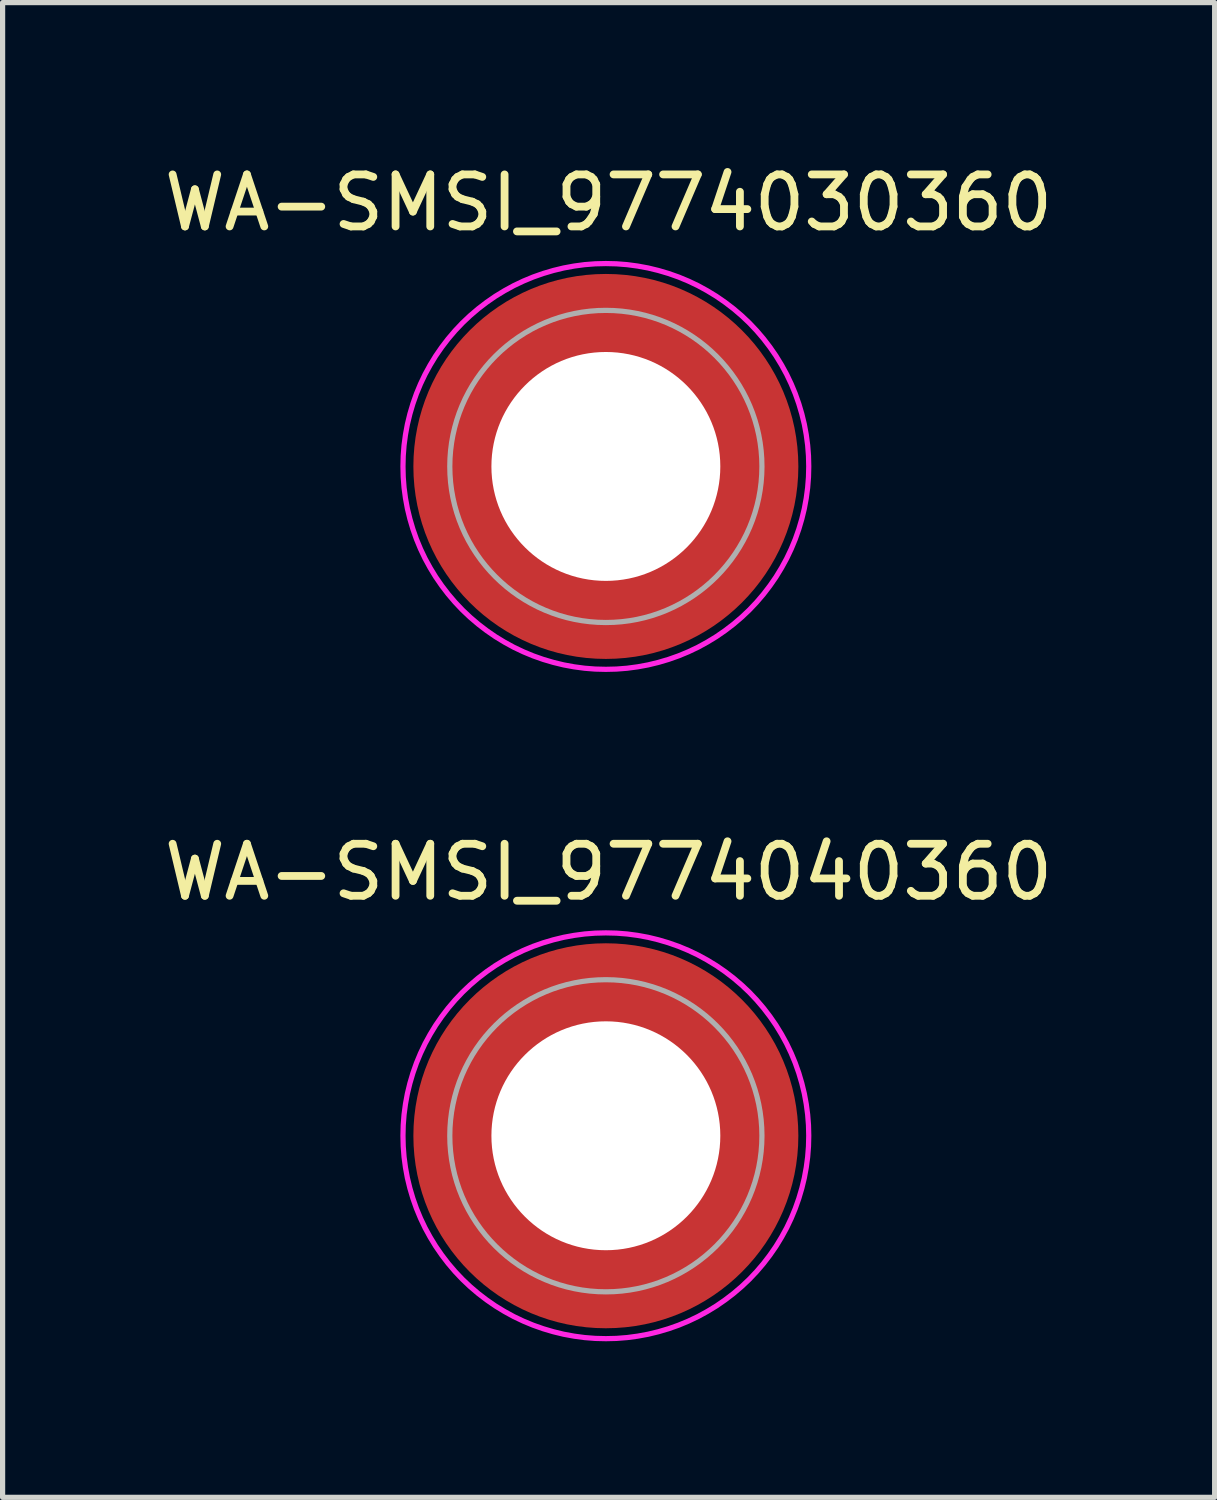
<source format=kicad_pcb>
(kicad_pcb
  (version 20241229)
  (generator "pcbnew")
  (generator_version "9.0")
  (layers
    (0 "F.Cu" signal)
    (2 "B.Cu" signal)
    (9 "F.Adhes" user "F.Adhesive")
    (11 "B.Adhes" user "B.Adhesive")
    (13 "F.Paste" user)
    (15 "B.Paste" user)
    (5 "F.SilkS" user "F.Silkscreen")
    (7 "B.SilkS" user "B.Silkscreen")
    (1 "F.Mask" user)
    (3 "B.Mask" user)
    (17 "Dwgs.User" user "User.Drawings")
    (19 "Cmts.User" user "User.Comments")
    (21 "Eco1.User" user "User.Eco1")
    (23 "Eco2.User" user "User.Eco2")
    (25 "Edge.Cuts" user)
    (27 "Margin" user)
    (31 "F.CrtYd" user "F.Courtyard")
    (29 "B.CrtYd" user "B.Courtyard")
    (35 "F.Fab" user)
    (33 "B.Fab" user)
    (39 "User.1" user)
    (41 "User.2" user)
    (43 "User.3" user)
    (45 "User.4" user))
  (footprint "WA-SMSI_9774040360"
    (layer "F.Cu")
    (at 8.596 18.782)
    (property "Reference" "WA-SMSI_9774040360" (at 0.053 -5.068 0) (layer "F.SilkS") (effects (font (size 1 1) (thickness 0.15))))
    (attr smd)
    (fp_poly (pts (xy -3.615 0.4) (xy -2.205 0.4) (xy -2.19 0.475) (xy -2.165 0.58) (xy -2.13 0.7) (xy -2.1 0.78) (xy -2.07 0.86) (xy -2.025 0.96) (xy -1.975 1.06) (xy -1.92 1.155) (xy -1.86 1.25) (xy -1.815 1.315) (xy -1.75 1.4) (xy -1.695 1.465) (xy -1.605 1.565) (xy -1.52 1.645) (xy -1.465 1.695) (xy -1.405 1.745) (xy -1.32 1.81) (xy -1.235 1.87) (xy -1.13 1.935) (xy -1.05 1.98) (xy -0.95 2.03) (xy -0.81 2.09) (xy -0.695 2.13) (xy -0.58 2.165) (xy -0.475 2.19) (xy -0.4 2.205) (xy -0.4 3.615) (xy -0.43 3.61) (xy -0.505 3.6) (xy -0.605 3.585) (xy -0.715 3.565) (xy -0.83 3.54) (xy -0.93 3.515) (xy -1.04 3.485) (xy -1.135 3.455) (xy -1.205 3.43) (xy -1.3 3.395) (xy -1.365 3.37) (xy -1.46 3.33) (xy -1.55 3.29) (xy -1.65 3.24) (xy -1.77 3.175) (xy -1.885 3.11) (xy -1.985 3.045) (xy -2.075 2.985) (xy -2.165 2.92) (xy -2.23 2.87) (xy -2.295 2.82) (xy -2.365 2.76) (xy -2.44 2.695) (xy -2.515 2.625) (xy -2.6 2.54) (xy -2.645 2.495) (xy -2.69 2.445) (xy -2.76 2.365) (xy -2.82 2.295) (xy -2.875 2.225) (xy -2.935 2.145) (xy -2.995 2.06) (xy -3.085 1.925) (xy -3.18 1.765) (xy -3.27 1.59) (xy -3.34 1.44) (xy -3.4 1.29) (xy -3.455 1.135) (xy -3.505 0.97) (xy -3.55 0.795) (xy -3.575 0.665) (xy -3.6 0.52)) (stroke (width 0.01) (type solid)) (fill yes) (layer "F.Paste"))
    (fp_poly (pts (xy -0.4 -3.615) (xy -0.4 -2.205) (xy -0.475 -2.19) (xy -0.58 -2.165) (xy -0.7 -2.13) (xy -0.78 -2.1) (xy -0.86 -2.07) (xy -0.96 -2.025) (xy -1.06 -1.975) (xy -1.155 -1.92) (xy -1.25 -1.86) (xy -1.315 -1.815) (xy -1.4 -1.75) (xy -1.465 -1.695) (xy -1.565 -1.605) (xy -1.645 -1.52) (xy -1.695 -1.465) (xy -1.745 -1.405) (xy -1.81 -1.32) (xy -1.87 -1.235) (xy -1.935 -1.13) (xy -1.98 -1.05) (xy -2.03 -0.95) (xy -2.09 -0.81) (xy -2.13 -0.695) (xy -2.165 -0.58) (xy -2.19 -0.475) (xy -2.205 -0.4) (xy -3.615 -0.4) (xy -3.61 -0.43) (xy -3.6 -0.505) (xy -3.585 -0.605) (xy -3.565 -0.715) (xy -3.54 -0.83) (xy -3.515 -0.93) (xy -3.485 -1.04) (xy -3.455 -1.135) (xy -3.43 -1.205) (xy -3.395 -1.3) (xy -3.37 -1.365) (xy -3.33 -1.46) (xy -3.29 -1.55) (xy -3.24 -1.65) (xy -3.175 -1.77) (xy -3.11 -1.885) (xy -3.045 -1.985) (xy -2.985 -2.075) (xy -2.92 -2.165) (xy -2.87 -2.23) (xy -2.82 -2.295) (xy -2.76 -2.365) (xy -2.695 -2.44) (xy -2.625 -2.515) (xy -2.54 -2.6) (xy -2.495 -2.645) (xy -2.445 -2.69) (xy -2.365 -2.76) (xy -2.295 -2.82) (xy -2.225 -2.875) (xy -2.145 -2.935) (xy -2.06 -2.995) (xy -1.925 -3.085) (xy -1.765 -3.18) (xy -1.59 -3.27) (xy -1.44 -3.34) (xy -1.29 -3.4) (xy -1.135 -3.455) (xy -0.97 -3.505) (xy -0.795 -3.55) (xy -0.665 -3.575) (xy -0.52 -3.6)) (stroke (width 0.01) (type solid)) (fill yes) (layer "F.Paste"))
    (fp_poly (pts (xy 0.4 3.615) (xy 0.4 2.205) (xy 0.475 2.19) (xy 0.58 2.165) (xy 0.7 2.13) (xy 0.78 2.1) (xy 0.86 2.07) (xy 0.96 2.025) (xy 1.06 1.975) (xy 1.155 1.92) (xy 1.25 1.86) (xy 1.315 1.815) (xy 1.4 1.75) (xy 1.465 1.695) (xy 1.565 1.605) (xy 1.645 1.52) (xy 1.695 1.465) (xy 1.745 1.405) (xy 1.81 1.32) (xy 1.87 1.235) (xy 1.935 1.13) (xy 1.98 1.05) (xy 2.03 0.95) (xy 2.09 0.81) (xy 2.13 0.695) (xy 2.165 0.58) (xy 2.19 0.475) (xy 2.205 0.4) (xy 3.615 0.4) (xy 3.61 0.43) (xy 3.6 0.505) (xy 3.585 0.605) (xy 3.565 0.715) (xy 3.54 0.83) (xy 3.515 0.93) (xy 3.485 1.04) (xy 3.455 1.135) (xy 3.43 1.205) (xy 3.395 1.3) (xy 3.37 1.365) (xy 3.33 1.46) (xy 3.29 1.55) (xy 3.24 1.65) (xy 3.175 1.77) (xy 3.11 1.885) (xy 3.045 1.985) (xy 2.985 2.075) (xy 2.92 2.165) (xy 2.87 2.23) (xy 2.82 2.295) (xy 2.76 2.365) (xy 2.695 2.44) (xy 2.625 2.515) (xy 2.54 2.6) (xy 2.495 2.645) (xy 2.445 2.69) (xy 2.365 2.76) (xy 2.295 2.82) (xy 2.225 2.875) (xy 2.145 2.935) (xy 2.06 2.995) (xy 1.925 3.085) (xy 1.765 3.18) (xy 1.59 3.27) (xy 1.44 3.34) (xy 1.29 3.4) (xy 1.135 3.455) (xy 0.97 3.505) (xy 0.795 3.55) (xy 0.665 3.575) (xy 0.52 3.6)) (stroke (width 0.01) (type solid)) (fill yes) (layer "F.Paste"))
    (fp_poly (pts (xy 3.615 -0.4) (xy 2.205 -0.4) (xy 2.19 -0.475) (xy 2.165 -0.58) (xy 2.13 -0.7) (xy 2.1 -0.78) (xy 2.07 -0.86) (xy 2.025 -0.96) (xy 1.975 -1.06) (xy 1.92 -1.155) (xy 1.86 -1.25) (xy 1.815 -1.315) (xy 1.75 -1.4) (xy 1.695 -1.465) (xy 1.605 -1.565) (xy 1.52 -1.645) (xy 1.465 -1.695) (xy 1.405 -1.745) (xy 1.32 -1.81) (xy 1.235 -1.87) (xy 1.13 -1.935) (xy 1.05 -1.98) (xy 0.95 -2.03) (xy 0.81 -2.09) (xy 0.695 -2.13) (xy 0.58 -2.165) (xy 0.475 -2.19) (xy 0.4 -2.205) (xy 0.4 -3.615) (xy 0.43 -3.61) (xy 0.505 -3.6) (xy 0.605 -3.585) (xy 0.715 -3.565) (xy 0.83 -3.54) (xy 0.93 -3.515) (xy 1.04 -3.485) (xy 1.135 -3.455) (xy 1.205 -3.43) (xy 1.3 -3.395) (xy 1.365 -3.37) (xy 1.46 -3.33) (xy 1.55 -3.29) (xy 1.65 -3.24) (xy 1.77 -3.175) (xy 1.885 -3.11) (xy 1.985 -3.045) (xy 2.075 -2.985) (xy 2.165 -2.92) (xy 2.23 -2.87) (xy 2.295 -2.82) (xy 2.365 -2.76) (xy 2.44 -2.695) (xy 2.515 -2.625) (xy 2.6 -2.54) (xy 2.645 -2.495) (xy 2.69 -2.445) (xy 2.76 -2.365) (xy 2.82 -2.295) (xy 2.875 -2.225) (xy 2.935 -2.145) (xy 2.995 -2.06) (xy 3.085 -1.925) (xy 3.18 -1.765) (xy 3.27 -1.59) (xy 3.34 -1.44) (xy 3.4 -1.29) (xy 3.455 -1.135) (xy 3.505 -0.97) (xy 3.55 -0.795) (xy 3.575 -0.665) (xy 3.6 -0.52)) (stroke (width 0.01) (type solid)) (fill yes) (layer "F.Paste"))
    (fp_poly (pts (xy 0 -3.9) (xy 0.204 -3.895) (xy 0.408 -3.879) (xy 0.61 -3.852) (xy 0.811 -3.815) (xy 1.009 -3.767) (xy 1.205 -3.709) (xy 1.398 -3.641) (xy 1.586 -3.563) (xy 1.771 -3.475) (xy 1.95 -3.377) (xy 2.124 -3.271) (xy 2.292 -3.155) (xy 2.454 -3.031) (xy 2.61 -2.898) (xy 2.758 -2.758) (xy 2.898 -2.61) (xy 3.031 -2.454) (xy 3.155 -2.292) (xy 3.271 -2.124) (xy 3.377 -1.95) (xy 3.475 -1.771) (xy 3.563 -1.586) (xy 3.641 -1.398) (xy 3.709 -1.205) (xy 3.767 -1.009) (xy 3.815 -0.811) (xy 3.852 -0.61) (xy 3.879 -0.408) (xy 3.895 -0.204) (xy 3.9 0) (xy 3.895 0.204) (xy 3.879 0.408) (xy 3.852 0.61) (xy 3.815 0.811) (xy 3.767 1.009) (xy 3.709 1.205) (xy 3.641 1.398) (xy 3.563 1.586) (xy 3.475 1.771) (xy 3.377 1.95) (xy 3.271 2.124) (xy 3.155 2.292) (xy 3.031 2.454) (xy 2.898 2.61) (xy 2.758 2.758) (xy 2.61 2.898) (xy 2.454 3.031) (xy 2.292 3.155) (xy 2.124 3.271) (xy 1.95 3.377) (xy 1.771 3.475) (xy 1.586 3.563) (xy 1.398 3.641) (xy 1.205 3.709) (xy 1.009 3.767) (xy 0.811 3.815) (xy 0.61 3.852) (xy 0.408 3.879) (xy 0.204 3.895) (xy 0 3.9) (xy -0.204 3.895) (xy -0.408 3.879) (xy -0.61 3.852) (xy -0.811 3.815) (xy -1.009 3.767) (xy -1.205 3.709) (xy -1.398 3.641) (xy -1.586 3.563) (xy -1.771 3.475) (xy -1.95 3.377) (xy -2.124 3.271) (xy -2.292 3.155) (xy -2.454 3.031) (xy -2.61 2.898) (xy -2.758 2.758) (xy -2.898 2.61) (xy -3.031 2.454) (xy -3.155 2.292) (xy -3.271 2.124) (xy -3.377 1.95) (xy -3.475 1.771) (xy -3.563 1.586) (xy -3.641 1.398) (xy -3.709 1.205) (xy -3.767 1.009) (xy -3.815 0.811) (xy -3.852 0.61) (xy -3.879 0.408) (xy -3.895 0.204) (xy -3.9 0) (xy -3.895 -0.204) (xy -3.879 -0.408) (xy -3.852 -0.61) (xy -3.815 -0.811) (xy -3.767 -1.009) (xy -3.709 -1.205) (xy -3.641 -1.398) (xy -3.563 -1.586) (xy -3.475 -1.771) (xy -3.377 -1.95) (xy -3.271 -2.124) (xy -3.155 -2.292) (xy -3.031 -2.454) (xy -2.898 -2.61) (xy -2.758 -2.758) (xy -2.61 -2.898) (xy -2.454 -3.031) (xy -2.292 -3.155) (xy -2.124 -3.271) (xy -1.95 -3.377) (xy -1.771 -3.475) (xy -1.586 -3.563) (xy -1.398 -3.641) (xy -1.205 -3.709) (xy -1.009 -3.767) (xy -0.811 -3.815) (xy -0.61 -3.852) (xy -0.408 -3.879) (xy -0.204 -3.895) (xy 0 -3.9)) (stroke (width 0.1) (type solid)) (fill no) (layer "F.CrtYd"))
    (fp_circle (center 0 0) (end 3 0) (stroke (width 0.1) (type solid)) (fill no) (layer "F.Fab"))
    (pad "" np_thru_hole circle (at 0 0) (size 4.4 4.4) (drill 4.4) (layers "*.Cu" "*.Mask"))
    (pad "1" smd circle (at 0 0) (size 7.4 7.4) (layers "F.Cu" "F.Mask")))
  (footprint "WA-SMSI_9774030360"
    (layer "F.Cu")
    (at 8.596 5.916)
    (property "Reference" "WA-SMSI_9774030360" (at 0.053 -5.068 0) (layer "F.SilkS") (effects (font (size 1 1) (thickness 0.15))))
    (attr smd)
    (fp_poly (pts (xy -3.615 0.4) (xy -2.205 0.4) (xy -2.19 0.475) (xy -2.165 0.58) (xy -2.13 0.7) (xy -2.1 0.78) (xy -2.07 0.86) (xy -2.025 0.96) (xy -1.975 1.06) (xy -1.92 1.155) (xy -1.86 1.25) (xy -1.815 1.315) (xy -1.75 1.4) (xy -1.695 1.465) (xy -1.605 1.565) (xy -1.52 1.645) (xy -1.465 1.695) (xy -1.405 1.745) (xy -1.32 1.81) (xy -1.235 1.87) (xy -1.13 1.935) (xy -1.05 1.98) (xy -0.95 2.03) (xy -0.81 2.09) (xy -0.695 2.13) (xy -0.58 2.165) (xy -0.475 2.19) (xy -0.4 2.205) (xy -0.4 3.615) (xy -0.43 3.61) (xy -0.505 3.6) (xy -0.605 3.585) (xy -0.715 3.565) (xy -0.83 3.54) (xy -0.93 3.515) (xy -1.04 3.485) (xy -1.135 3.455) (xy -1.205 3.43) (xy -1.3 3.395) (xy -1.365 3.37) (xy -1.46 3.33) (xy -1.55 3.29) (xy -1.65 3.24) (xy -1.77 3.175) (xy -1.885 3.11) (xy -1.985 3.045) (xy -2.075 2.985) (xy -2.165 2.92) (xy -2.23 2.87) (xy -2.295 2.82) (xy -2.365 2.76) (xy -2.44 2.695) (xy -2.515 2.625) (xy -2.6 2.54) (xy -2.645 2.495) (xy -2.69 2.445) (xy -2.76 2.365) (xy -2.82 2.295) (xy -2.875 2.225) (xy -2.935 2.145) (xy -2.995 2.06) (xy -3.085 1.925) (xy -3.18 1.765) (xy -3.27 1.59) (xy -3.34 1.44) (xy -3.4 1.29) (xy -3.455 1.135) (xy -3.505 0.97) (xy -3.55 0.795) (xy -3.575 0.665) (xy -3.6 0.52)) (stroke (width 0.01) (type solid)) (fill yes) (layer "F.Paste"))
    (fp_poly (pts (xy -0.4 -3.615) (xy -0.4 -2.205) (xy -0.475 -2.19) (xy -0.58 -2.165) (xy -0.7 -2.13) (xy -0.78 -2.1) (xy -0.86 -2.07) (xy -0.96 -2.025) (xy -1.06 -1.975) (xy -1.155 -1.92) (xy -1.25 -1.86) (xy -1.315 -1.815) (xy -1.4 -1.75) (xy -1.465 -1.695) (xy -1.565 -1.605) (xy -1.645 -1.52) (xy -1.695 -1.465) (xy -1.745 -1.405) (xy -1.81 -1.32) (xy -1.87 -1.235) (xy -1.935 -1.13) (xy -1.98 -1.05) (xy -2.03 -0.95) (xy -2.09 -0.81) (xy -2.13 -0.695) (xy -2.165 -0.58) (xy -2.19 -0.475) (xy -2.205 -0.4) (xy -3.615 -0.4) (xy -3.61 -0.43) (xy -3.6 -0.505) (xy -3.585 -0.605) (xy -3.565 -0.715) (xy -3.54 -0.83) (xy -3.515 -0.93) (xy -3.485 -1.04) (xy -3.455 -1.135) (xy -3.43 -1.205) (xy -3.395 -1.3) (xy -3.37 -1.365) (xy -3.33 -1.46) (xy -3.29 -1.55) (xy -3.24 -1.65) (xy -3.175 -1.77) (xy -3.11 -1.885) (xy -3.045 -1.985) (xy -2.985 -2.075) (xy -2.92 -2.165) (xy -2.87 -2.23) (xy -2.82 -2.295) (xy -2.76 -2.365) (xy -2.695 -2.44) (xy -2.625 -2.515) (xy -2.54 -2.6) (xy -2.495 -2.645) (xy -2.445 -2.69) (xy -2.365 -2.76) (xy -2.295 -2.82) (xy -2.225 -2.875) (xy -2.145 -2.935) (xy -2.06 -2.995) (xy -1.925 -3.085) (xy -1.765 -3.18) (xy -1.59 -3.27) (xy -1.44 -3.34) (xy -1.29 -3.4) (xy -1.135 -3.455) (xy -0.97 -3.505) (xy -0.795 -3.55) (xy -0.665 -3.575) (xy -0.52 -3.6)) (stroke (width 0.01) (type solid)) (fill yes) (layer "F.Paste"))
    (fp_poly (pts (xy 0.4 3.615) (xy 0.4 2.205) (xy 0.475 2.19) (xy 0.58 2.165) (xy 0.7 2.13) (xy 0.78 2.1) (xy 0.86 2.07) (xy 0.96 2.025) (xy 1.06 1.975) (xy 1.155 1.92) (xy 1.25 1.86) (xy 1.315 1.815) (xy 1.4 1.75) (xy 1.465 1.695) (xy 1.565 1.605) (xy 1.645 1.52) (xy 1.695 1.465) (xy 1.745 1.405) (xy 1.81 1.32) (xy 1.87 1.235) (xy 1.935 1.13) (xy 1.98 1.05) (xy 2.03 0.95) (xy 2.09 0.81) (xy 2.13 0.695) (xy 2.165 0.58) (xy 2.19 0.475) (xy 2.205 0.4) (xy 3.615 0.4) (xy 3.61 0.43) (xy 3.6 0.505) (xy 3.585 0.605) (xy 3.565 0.715) (xy 3.54 0.83) (xy 3.515 0.93) (xy 3.485 1.04) (xy 3.455 1.135) (xy 3.43 1.205) (xy 3.395 1.3) (xy 3.37 1.365) (xy 3.33 1.46) (xy 3.29 1.55) (xy 3.24 1.65) (xy 3.175 1.77) (xy 3.11 1.885) (xy 3.045 1.985) (xy 2.985 2.075) (xy 2.92 2.165) (xy 2.87 2.23) (xy 2.82 2.295) (xy 2.76 2.365) (xy 2.695 2.44) (xy 2.625 2.515) (xy 2.54 2.6) (xy 2.495 2.645) (xy 2.445 2.69) (xy 2.365 2.76) (xy 2.295 2.82) (xy 2.225 2.875) (xy 2.145 2.935) (xy 2.06 2.995) (xy 1.925 3.085) (xy 1.765 3.18) (xy 1.59 3.27) (xy 1.44 3.34) (xy 1.29 3.4) (xy 1.135 3.455) (xy 0.97 3.505) (xy 0.795 3.55) (xy 0.665 3.575) (xy 0.52 3.6)) (stroke (width 0.01) (type solid)) (fill yes) (layer "F.Paste"))
    (fp_poly (pts (xy 3.615 -0.4) (xy 2.205 -0.4) (xy 2.19 -0.475) (xy 2.165 -0.58) (xy 2.13 -0.7) (xy 2.1 -0.78) (xy 2.07 -0.86) (xy 2.025 -0.96) (xy 1.975 -1.06) (xy 1.92 -1.155) (xy 1.86 -1.25) (xy 1.815 -1.315) (xy 1.75 -1.4) (xy 1.695 -1.465) (xy 1.605 -1.565) (xy 1.52 -1.645) (xy 1.465 -1.695) (xy 1.405 -1.745) (xy 1.32 -1.81) (xy 1.235 -1.87) (xy 1.13 -1.935) (xy 1.05 -1.98) (xy 0.95 -2.03) (xy 0.81 -2.09) (xy 0.695 -2.13) (xy 0.58 -2.165) (xy 0.475 -2.19) (xy 0.4 -2.205) (xy 0.4 -3.615) (xy 0.43 -3.61) (xy 0.505 -3.6) (xy 0.605 -3.585) (xy 0.715 -3.565) (xy 0.83 -3.54) (xy 0.93 -3.515) (xy 1.04 -3.485) (xy 1.135 -3.455) (xy 1.205 -3.43) (xy 1.3 -3.395) (xy 1.365 -3.37) (xy 1.46 -3.33) (xy 1.55 -3.29) (xy 1.65 -3.24) (xy 1.77 -3.175) (xy 1.885 -3.11) (xy 1.985 -3.045) (xy 2.075 -2.985) (xy 2.165 -2.92) (xy 2.23 -2.87) (xy 2.295 -2.82) (xy 2.365 -2.76) (xy 2.44 -2.695) (xy 2.515 -2.625) (xy 2.6 -2.54) (xy 2.645 -2.495) (xy 2.69 -2.445) (xy 2.76 -2.365) (xy 2.82 -2.295) (xy 2.875 -2.225) (xy 2.935 -2.145) (xy 2.995 -2.06) (xy 3.085 -1.925) (xy 3.18 -1.765) (xy 3.27 -1.59) (xy 3.34 -1.44) (xy 3.4 -1.29) (xy 3.455 -1.135) (xy 3.505 -0.97) (xy 3.55 -0.795) (xy 3.575 -0.665) (xy 3.6 -0.52)) (stroke (width 0.01) (type solid)) (fill yes) (layer "F.Paste"))
    (fp_poly (pts (xy 0 -3.9) (xy 0.204 -3.895) (xy 0.408 -3.879) (xy 0.61 -3.852) (xy 0.811 -3.815) (xy 1.009 -3.767) (xy 1.205 -3.709) (xy 1.398 -3.641) (xy 1.586 -3.563) (xy 1.771 -3.475) (xy 1.95 -3.377) (xy 2.124 -3.271) (xy 2.292 -3.155) (xy 2.454 -3.031) (xy 2.61 -2.898) (xy 2.758 -2.758) (xy 2.898 -2.61) (xy 3.031 -2.454) (xy 3.155 -2.292) (xy 3.271 -2.124) (xy 3.377 -1.95) (xy 3.475 -1.771) (xy 3.563 -1.586) (xy 3.641 -1.398) (xy 3.709 -1.205) (xy 3.767 -1.009) (xy 3.815 -0.811) (xy 3.852 -0.61) (xy 3.879 -0.408) (xy 3.895 -0.204) (xy 3.9 0) (xy 3.895 0.204) (xy 3.879 0.408) (xy 3.852 0.61) (xy 3.815 0.811) (xy 3.767 1.009) (xy 3.709 1.205) (xy 3.641 1.398) (xy 3.563 1.586) (xy 3.475 1.771) (xy 3.377 1.95) (xy 3.271 2.124) (xy 3.155 2.292) (xy 3.031 2.454) (xy 2.898 2.61) (xy 2.758 2.758) (xy 2.61 2.898) (xy 2.454 3.031) (xy 2.292 3.155) (xy 2.124 3.271) (xy 1.95 3.377) (xy 1.771 3.475) (xy 1.586 3.563) (xy 1.398 3.641) (xy 1.205 3.709) (xy 1.009 3.767) (xy 0.811 3.815) (xy 0.61 3.852) (xy 0.408 3.879) (xy 0.204 3.895) (xy 0 3.9) (xy -0.204 3.895) (xy -0.408 3.879) (xy -0.61 3.852) (xy -0.811 3.815) (xy -1.009 3.767) (xy -1.205 3.709) (xy -1.398 3.641) (xy -1.586 3.563) (xy -1.771 3.475) (xy -1.95 3.377) (xy -2.124 3.271) (xy -2.292 3.155) (xy -2.454 3.031) (xy -2.61 2.898) (xy -2.758 2.758) (xy -2.898 2.61) (xy -3.031 2.454) (xy -3.155 2.292) (xy -3.271 2.124) (xy -3.377 1.95) (xy -3.475 1.771) (xy -3.563 1.586) (xy -3.641 1.398) (xy -3.709 1.205) (xy -3.767 1.009) (xy -3.815 0.811) (xy -3.852 0.61) (xy -3.879 0.408) (xy -3.895 0.204) (xy -3.9 0) (xy -3.895 -0.204) (xy -3.879 -0.408) (xy -3.852 -0.61) (xy -3.815 -0.811) (xy -3.767 -1.009) (xy -3.709 -1.205) (xy -3.641 -1.398) (xy -3.563 -1.586) (xy -3.475 -1.771) (xy -3.377 -1.95) (xy -3.271 -2.124) (xy -3.155 -2.292) (xy -3.031 -2.454) (xy -2.898 -2.61) (xy -2.758 -2.758) (xy -2.61 -2.898) (xy -2.454 -3.031) (xy -2.292 -3.155) (xy -2.124 -3.271) (xy -1.95 -3.377) (xy -1.771 -3.475) (xy -1.586 -3.563) (xy -1.398 -3.641) (xy -1.205 -3.709) (xy -1.009 -3.767) (xy -0.811 -3.815) (xy -0.61 -3.852) (xy -0.408 -3.879) (xy -0.204 -3.895) (xy 0 -3.9)) (stroke (width 0.1) (type solid)) (fill no) (layer "F.CrtYd"))
    (fp_circle (center 0 0) (end 3 0) (stroke (width 0.1) (type solid)) (fill no) (layer "F.Fab"))
    (pad "" np_thru_hole circle (at 0 0) (size 4.4 4.4) (drill 4.4) (layers "*.Cu" "*.Mask"))
    (pad "1" smd circle (at 0 0) (size 7.4 7.4) (layers "F.Cu" "F.Mask")))
  (gr_rect
    (start -3 -3)
    (end 20.298 25.732)
    (stroke (width 0.1) (type default))
    (fill no)
    (layer "Edge.Cuts")))
</source>
